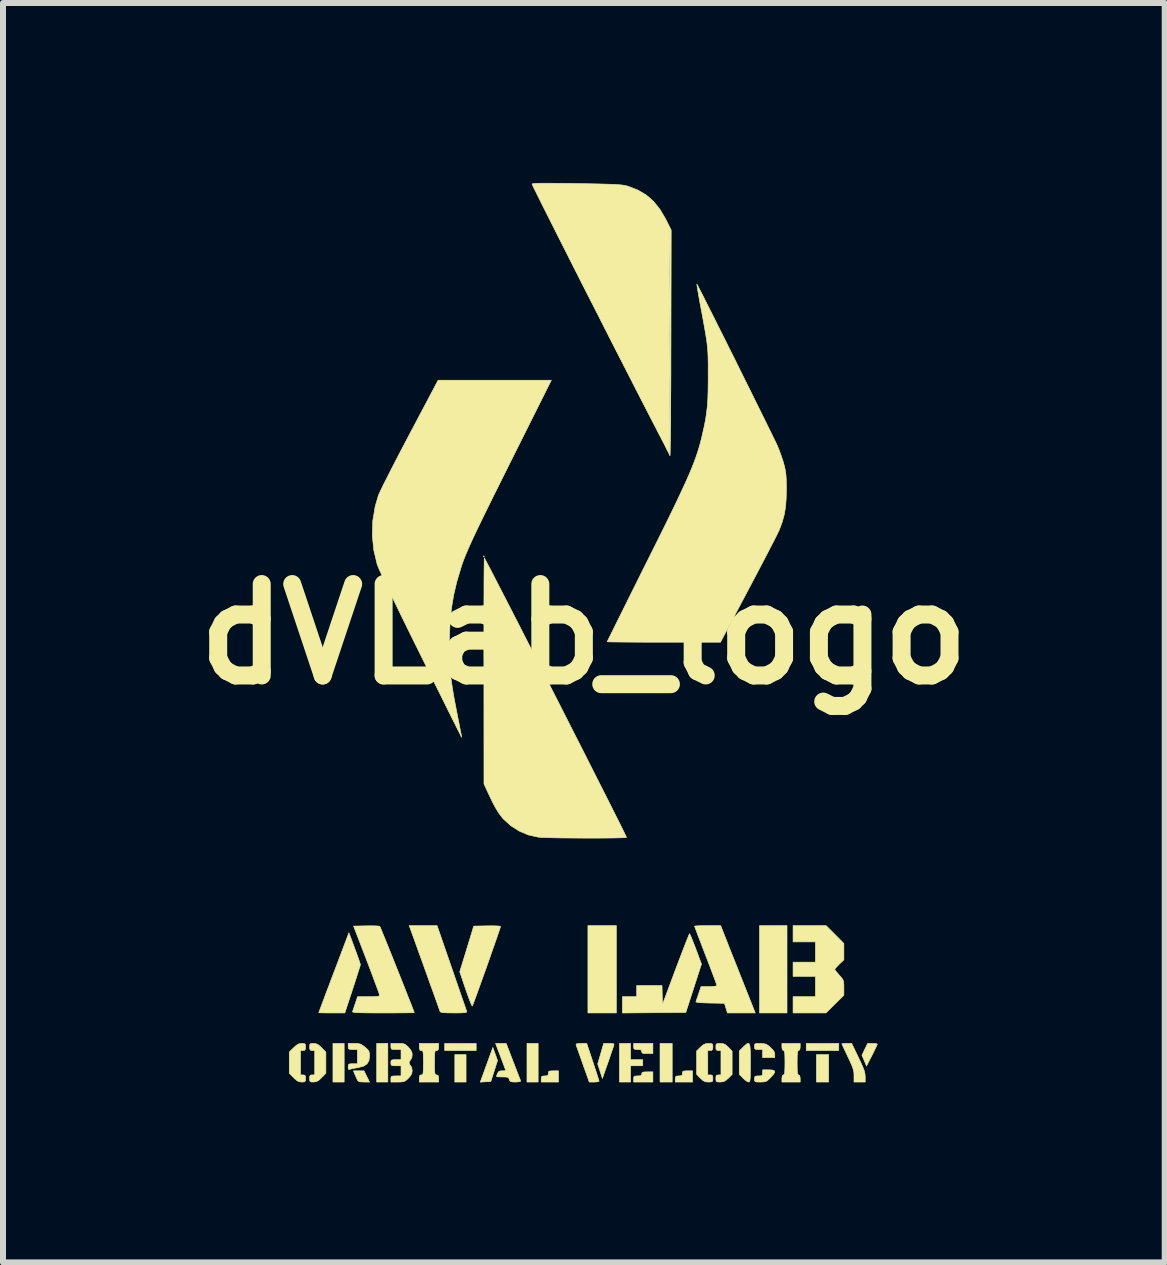
<source format=kicad_pcb>
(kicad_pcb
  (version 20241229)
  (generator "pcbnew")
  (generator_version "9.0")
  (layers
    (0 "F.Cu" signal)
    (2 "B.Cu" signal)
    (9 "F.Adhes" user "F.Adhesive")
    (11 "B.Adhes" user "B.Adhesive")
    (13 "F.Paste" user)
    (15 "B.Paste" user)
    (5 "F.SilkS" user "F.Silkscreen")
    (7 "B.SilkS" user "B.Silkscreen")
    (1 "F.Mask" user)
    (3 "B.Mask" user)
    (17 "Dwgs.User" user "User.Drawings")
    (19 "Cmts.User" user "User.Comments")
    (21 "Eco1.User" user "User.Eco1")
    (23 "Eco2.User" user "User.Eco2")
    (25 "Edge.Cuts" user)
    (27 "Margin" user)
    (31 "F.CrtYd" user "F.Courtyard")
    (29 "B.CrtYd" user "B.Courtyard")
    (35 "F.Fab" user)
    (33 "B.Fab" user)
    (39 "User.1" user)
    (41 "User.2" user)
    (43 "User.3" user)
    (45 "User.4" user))
  (footprint "dVLab_logo"
    (layer "F.Cu")
    (at 6.684 7.522)
    (property "Reference" "dVLab_logo" (at 0 0 0) (layer "F.SilkS") (effects (font (size 1.524 1.524) (thickness 0.3))))
    (attr through_hole)
    (fp_poly (pts (xy -3.996 7.468) (xy -4.183 7.468) (xy -4.183 6.824) (xy -3.996 6.824) (xy -3.996 7.468)) (stroke (width 0.01) (type solid)) (fill yes) (layer "F.SilkS"))
    (fp_poly (pts (xy -3.268 7.468) (xy -3.454 7.468) (xy -3.454 6.824) (xy -3.268 6.824) (xy -3.268 7.468)) (stroke (width 0.01) (type solid)) (fill yes) (layer "F.SilkS"))
    (fp_poly (pts (xy -1.964 7.468) (xy -2.151 7.468) (xy -2.151 7.01) (xy -1.964 7.01) (xy -1.964 7.468)) (stroke (width 0.01) (type solid)) (fill yes) (layer "F.SilkS"))
    (fp_poly (pts (xy -1.795 6.943) (xy -2.32 6.943) (xy -2.32 6.824) (xy -1.795 6.824) (xy -1.795 6.943)) (stroke (width 0.01) (type solid)) (fill yes) (layer "F.SilkS"))
    (fp_poly (pts (xy -1.659 -1.295) (xy -1.668 -1.287) (xy -1.676 -1.295) (xy -1.668 -1.304) (xy -1.659 -1.295)) (stroke (width 0.01) (type solid)) (fill yes) (layer "F.SilkS"))
    (fp_poly (pts (xy -0.762 7.468) (xy -0.948 7.468) (xy -0.948 6.824) (xy -0.762 6.824) (xy -0.762 7.468)) (stroke (width 0.01) (type solid)) (fill yes) (layer "F.SilkS"))
    (fp_poly (pts (xy 0.542 6.316) (xy 0.068 6.316) (xy 0.068 4.86) (xy 0.542 4.86) (xy 0.542 6.316)) (stroke (width 0.01) (type solid)) (fill yes) (layer "F.SilkS"))
    (fp_poly (pts (xy 1.473 7.468) (xy 1.27 7.468) (xy 1.27 6.824) (xy 1.473 6.824) (xy 1.473 7.468)) (stroke (width 0.01) (type solid)) (fill yes) (layer "F.SilkS"))
    (fp_poly (pts (xy 3.387 6.316) (xy 2.929 6.316) (xy 2.929 4.86) (xy 3.387 4.86) (xy 3.387 6.316)) (stroke (width 0.01) (type solid)) (fill yes) (layer "F.SilkS"))
    (fp_poly (pts (xy 4.081 7.468) (xy 3.878 7.468) (xy 3.878 7.01) (xy 4.081 7.01) (xy 4.081 7.468)) (stroke (width 0.01) (type solid)) (fill yes) (layer "F.SilkS"))
    (fp_poly (pts (xy 4.25 6.943) (xy 3.708 6.943) (xy 3.708 6.824) (xy 4.25 6.824) (xy 4.25 6.943)) (stroke (width 0.01) (type solid)) (fill yes) (layer "F.SilkS"))
    (fp_poly (pts (xy 0.779 7.095) (xy 0.982 7.095) (xy 0.982 7.197) (xy 0.779 7.197) (xy 0.779 7.468) (xy 0.593 7.468) (xy 0.593 6.824) (xy 0.779 6.824) (xy 0.779 7.095)) (stroke (width 0.01) (type solid)) (fill yes) (layer "F.SilkS"))
    (fp_poly (pts (xy -3.573 7.468) (xy -3.666 7.468) (xy -3.725 7.465) (xy -3.759 7.454) (xy -3.774 7.438) (xy -3.79 7.403) (xy -3.811 7.355) (xy -3.816 7.345) (xy -3.842 7.281) (xy -3.665 7.281) (xy -3.573 7.468)) (stroke (width 0.01) (type solid)) (fill yes) (layer "F.SilkS"))
    (fp_poly (pts (xy -1.439 7.11) (xy -1.495 7.285) (xy -1.551 7.459) (xy -1.639 7.464) (xy -1.727 7.469) (xy -1.666 7.303) (xy -1.635 7.216) (xy -1.601 7.124) (xy -1.572 7.042) (xy -1.562 7.014) (xy -1.517 6.891) (xy -1.439 7.11)) (stroke (width 0.01) (type solid)) (fill yes) (layer "F.SilkS"))
    (fp_poly (pts (xy 4.859 6.826) (xy 4.888 6.833) (xy 4.893 6.837) (xy 4.885 6.856) (xy 4.865 6.899) (xy 4.836 6.959) (xy 4.803 7.025) (xy 4.713 7.201) (xy 4.675 7.111) (xy 4.636 7.022) (xy 4.683 6.923) (xy 4.731 6.824) (xy 4.812 6.824) (xy 4.859 6.826)) (stroke (width 0.01) (type solid)) (fill yes) (layer "F.SilkS"))
    (fp_poly (pts (xy -0.423 7.468) (xy -0.711 7.468) (xy -0.711 7.417) (xy -0.708 7.383) (xy -0.691 7.369) (xy -0.652 7.366) (xy -0.612 7.363) (xy -0.595 7.349) (xy -0.593 7.324) (xy -0.59 7.299) (xy -0.576 7.286) (xy -0.542 7.282) (xy -0.508 7.281) (xy -0.423 7.281) (xy -0.423 7.468)) (stroke (width 0.01) (type solid)) (fill yes) (layer "F.SilkS"))
    (fp_poly (pts (xy 1.812 7.468) (xy 1.524 7.468) (xy 1.524 7.417) (xy 1.527 7.383) (xy 1.544 7.369) (xy 1.583 7.366) (xy 1.623 7.363) (xy 1.64 7.349) (xy 1.643 7.324) (xy 1.645 7.299) (xy 1.659 7.286) (xy 1.693 7.282) (xy 1.727 7.281) (xy 1.812 7.281) (xy 1.812 7.468)) (stroke (width 0.01) (type solid)) (fill yes) (layer "F.SilkS"))
    (fp_poly (pts (xy 0.472 6.825) (xy 0.497 6.83) (xy 0.503 6.843) (xy 0.498 6.862) (xy 0.489 6.891) (xy 0.47 6.945) (xy 0.445 7.018) (xy 0.416 7.104) (xy 0.398 7.154) (xy 0.309 7.408) (xy 0.27 7.287) (xy 0.231 7.166) (xy 0.281 6.995) (xy 0.33 6.824) (xy 0.42 6.824) (xy 0.472 6.825)) (stroke (width 0.01) (type solid)) (fill yes) (layer "F.SilkS"))
    (fp_poly (pts (xy 1.151 6.993) (xy 1.058 6.993) (xy 1.005 6.992) (xy 0.976 6.986) (xy 0.966 6.971) (xy 0.965 6.96) (xy 0.96 6.937) (xy 0.937 6.928) (xy 0.897 6.926) (xy 0.854 6.924) (xy 0.835 6.913) (xy 0.83 6.886) (xy 0.83 6.875) (xy 0.83 6.824) (xy 1.151 6.824) (xy 1.151 6.993)) (stroke (width 0.01) (type solid)) (fill yes) (layer "F.SilkS"))
    (fp_poly (pts (xy 1.151 7.468) (xy 0.83 7.468) (xy 0.83 7.417) (xy 0.832 7.384) (xy 0.847 7.37) (xy 0.883 7.366) (xy 0.897 7.366) (xy 0.942 7.363) (xy 0.961 7.352) (xy 0.965 7.332) (xy 0.969 7.313) (xy 0.987 7.302) (xy 1.026 7.299) (xy 1.058 7.298) (xy 1.151 7.298) (xy 1.151 7.468)) (stroke (width 0.01) (type solid)) (fill yes) (layer "F.SilkS"))
    (fp_poly (pts (xy 2.942 6.825) (xy 3.001 6.828) (xy 3.043 6.839) (xy 3.082 6.865) (xy 3.111 6.891) (xy 3.157 6.937) (xy 3.179 6.976) (xy 3.183 7.008) (xy 3.183 7.061) (xy 2.98 7.061) (xy 2.98 6.926) (xy 2.913 6.926) (xy 2.869 6.924) (xy 2.85 6.913) (xy 2.845 6.886) (xy 2.845 6.875) (xy 2.846 6.846) (xy 2.856 6.831) (xy 2.882 6.825) (xy 2.933 6.825) (xy 2.942 6.825)) (stroke (width 0.01) (type solid)) (fill yes) (layer "F.SilkS"))
    (fp_poly (pts (xy 2.761 6.836) (xy 2.77 6.874) (xy 2.775 6.937) (xy 2.777 7.028) (xy 2.777 7.146) (xy 2.777 7.258) (xy 2.776 7.341) (xy 2.774 7.398) (xy 2.77 7.435) (xy 2.765 7.456) (xy 2.757 7.466) (xy 2.747 7.468) (xy 2.718 7.456) (xy 2.678 7.427) (xy 2.654 7.403) (xy 2.591 7.339) (xy 2.591 6.95) (xy 2.655 6.887) (xy 2.694 6.85) (xy 2.724 6.827) (xy 2.746 6.822) (xy 2.761 6.836)) (stroke (width 0.01) (type solid)) (fill yes) (layer "F.SilkS"))
    (fp_poly (pts (xy 0.151 7.133) (xy 0.183 7.23) (xy 0.211 7.315) (xy 0.233 7.385) (xy 0.248 7.433) (xy 0.254 7.455) (xy 0.254 7.455) (xy 0.239 7.462) (xy 0.2 7.467) (xy 0.172 7.468) (xy 0.09 7.468) (xy -0.017 7.167) (xy -0.051 7.071) (xy -0.081 6.986) (xy -0.106 6.916) (xy -0.123 6.867) (xy -0.131 6.845) (xy -0.131 6.845) (xy -0.125 6.832) (xy -0.093 6.826) (xy -0.046 6.824) (xy 0.048 6.824) (xy 0.151 7.133)) (stroke (width 0.01) (type solid)) (fill yes) (layer "F.SilkS"))
    (fp_poly (pts (xy 3.145 7.268) (xy 3.178 7.281) (xy 3.182 7.306) (xy 3.157 7.346) (xy 3.112 7.395) (xy 3.07 7.436) (xy 3.036 7.458) (xy 2.997 7.466) (xy 2.943 7.468) (xy 2.888 7.467) (xy 2.859 7.462) (xy 2.847 7.448) (xy 2.845 7.422) (xy 2.845 7.417) (xy 2.847 7.384) (xy 2.862 7.37) (xy 2.898 7.366) (xy 2.913 7.366) (xy 2.956 7.364) (xy 2.975 7.353) (xy 2.98 7.326) (xy 2.98 7.315) (xy 2.98 7.264) (xy 3.082 7.264) (xy 3.145 7.268)) (stroke (width 0.01) (type solid)) (fill yes) (layer "F.SilkS"))
    (fp_poly (pts (xy 1.771 5.01) (xy 1.79 5.052) (xy 1.815 5.114) (xy 1.846 5.193) (xy 1.867 5.248) (xy 1.961 5.501) (xy 1.831 5.904) (xy 1.7 6.308) (xy 1.172 6.312) (xy 0.643 6.317) (xy 0.643 6.045) (xy 0.881 6.045) (xy 0.881 5.859) (xy 1.303 5.859) (xy 1.307 6.015) (xy 1.312 6.171) (xy 1.532 5.583) (xy 1.582 5.45) (xy 1.629 5.328) (xy 1.671 5.219) (xy 1.706 5.128) (xy 1.734 5.058) (xy 1.753 5.013) (xy 1.762 4.995) (xy 1.762 4.995) (xy 1.771 5.01)) (stroke (width 0.01) (type solid)) (fill yes) (layer "F.SilkS"))
    (fp_poly (pts (xy 4.578 7.058) (xy 4.623 7.153) (xy 4.654 7.225) (xy 4.675 7.28) (xy 4.686 7.324) (xy 4.69 7.364) (xy 4.691 7.379) (xy 4.691 7.468) (xy 4.504 7.468) (xy 4.504 7.364) (xy 4.503 7.319) (xy 4.496 7.276) (xy 4.483 7.23) (xy 4.46 7.172) (xy 4.425 7.096) (xy 4.403 7.049) (xy 4.366 6.971) (xy 4.335 6.906) (xy 4.313 6.858) (xy 4.302 6.832) (xy 4.301 6.83) (xy 4.316 6.827) (xy 4.355 6.824) (xy 4.383 6.824) (xy 4.465 6.824) (xy 4.578 7.058)) (stroke (width 0.01) (type solid)) (fill yes) (layer "F.SilkS"))
    (fp_poly (pts (xy -4.661 6.826) (xy -4.644 6.839) (xy -4.64 6.873) (xy -4.64 6.883) (xy -4.643 6.923) (xy -4.657 6.94) (xy -4.682 6.943) (xy -4.724 6.943) (xy -4.724 7.349) (xy -4.682 7.349) (xy -4.653 7.353) (xy -4.642 7.373) (xy -4.64 7.408) (xy -4.642 7.447) (xy -4.655 7.464) (xy -4.69 7.468) (xy -4.704 7.468) (xy -4.746 7.463) (xy -4.783 7.445) (xy -4.826 7.408) (xy -4.839 7.395) (xy -4.911 7.322) (xy -4.911 6.967) (xy -4.838 6.895) (xy -4.79 6.853) (xy -4.751 6.831) (xy -4.709 6.824) (xy -4.703 6.824) (xy -4.661 6.826)) (stroke (width 0.01) (type solid)) (fill yes) (layer "F.SilkS"))
    (fp_poly (pts (xy -4.465 6.829) (xy -4.428 6.846) (xy -4.386 6.883) (xy -4.372 6.897) (xy -4.301 6.969) (xy -4.301 7.322) (xy -4.372 7.395) (xy -4.418 7.438) (xy -4.456 7.46) (xy -4.496 7.467) (xy -4.508 7.468) (xy -4.55 7.466) (xy -4.568 7.453) (xy -4.572 7.421) (xy -4.572 7.408) (xy -4.569 7.368) (xy -4.555 7.352) (xy -4.53 7.349) (xy -4.487 7.349) (xy -4.487 6.943) (xy -4.53 6.943) (xy -4.558 6.938) (xy -4.57 6.918) (xy -4.572 6.883) (xy -4.57 6.845) (xy -4.556 6.828) (xy -4.522 6.824) (xy -4.508 6.824) (xy -4.465 6.829)) (stroke (width 0.01) (type solid)) (fill yes) (layer "F.SilkS"))
    (fp_poly (pts (xy -3.821 5.236) (xy -3.789 5.324) (xy -3.761 5.401) (xy -3.74 5.462) (xy -3.728 5.5) (xy -3.725 5.51) (xy -3.73 5.53) (xy -3.745 5.577) (xy -3.767 5.647) (xy -3.795 5.736) (xy -3.828 5.838) (xy -3.855 5.921) (xy -3.985 6.316) (xy -4.202 6.316) (xy -4.284 6.316) (xy -4.351 6.315) (xy -4.398 6.314) (xy -4.419 6.312) (xy -4.42 6.312) (xy -4.414 6.296) (xy -4.397 6.251) (xy -4.371 6.181) (xy -4.337 6.09) (xy -4.296 5.98) (xy -4.248 5.855) (xy -4.197 5.718) (xy -4.168 5.643) (xy -3.917 4.978) (xy -3.821 5.236)) (stroke (width 0.01) (type solid)) (fill yes) (layer "F.SilkS"))
    (fp_poly (pts (xy 2.124 6.826) (xy 2.145 6.836) (xy 2.15 6.862) (xy 2.151 6.883) (xy 2.147 6.923) (xy 2.133 6.94) (xy 2.108 6.943) (xy 2.066 6.943) (xy 2.066 7.349) (xy 2.108 7.349) (xy 2.137 7.353) (xy 2.149 7.373) (xy 2.151 7.408) (xy 2.149 7.445) (xy 2.137 7.462) (xy 2.106 7.467) (xy 2.078 7.468) (xy 2.029 7.464) (xy 1.991 7.447) (xy 1.95 7.411) (xy 1.942 7.403) (xy 1.88 7.339) (xy 1.88 6.95) (xy 1.944 6.887) (xy 1.989 6.848) (xy 2.029 6.829) (xy 2.077 6.824) (xy 2.079 6.824) (xy 2.124 6.826)) (stroke (width 0.01) (type solid)) (fill yes) (layer "F.SilkS"))
    (fp_poly (pts (xy 2.323 6.828) (xy 2.361 6.845) (xy 2.402 6.881) (xy 2.41 6.888) (xy 2.472 6.953) (xy 2.472 7.342) (xy 2.408 7.405) (xy 2.363 7.444) (xy 2.323 7.463) (xy 2.274 7.468) (xy 2.273 7.468) (xy 2.228 7.466) (xy 2.207 7.456) (xy 2.202 7.43) (xy 2.201 7.408) (xy 2.204 7.368) (xy 2.219 7.352) (xy 2.244 7.349) (xy 2.286 7.349) (xy 2.286 6.943) (xy 2.244 6.943) (xy 2.215 6.938) (xy 2.203 6.918) (xy 2.201 6.883) (xy 2.203 6.846) (xy 2.215 6.829) (xy 2.246 6.824) (xy 2.274 6.824) (xy 2.323 6.828)) (stroke (width 0.01) (type solid)) (fill yes) (layer "F.SilkS"))
    (fp_poly (pts (xy 4.187 5.008) (xy 4.335 5.157) (xy 4.335 5.429) (xy 4.259 5.503) (xy 4.219 5.544) (xy 4.192 5.575) (xy 4.183 5.59) (xy 4.193 5.607) (xy 4.221 5.642) (xy 4.259 5.686) (xy 4.298 5.731) (xy 4.321 5.765) (xy 4.331 5.8) (xy 4.335 5.849) (xy 4.335 5.896) (xy 4.335 6.021) (xy 4.186 6.168) (xy 4.038 6.316) (xy 3.488 6.316) (xy 3.488 6.045) (xy 3.861 6.045) (xy 3.861 5.707) (xy 3.488 5.707) (xy 3.488 5.469) (xy 3.861 5.469) (xy 3.861 5.131) (xy 3.488 5.131) (xy 3.488 4.86) (xy 4.039 4.86) (xy 4.187 5.008)) (stroke (width 0.01) (type solid)) (fill yes) (layer "F.SilkS"))
    (fp_poly (pts (xy -1.454 4.865) (xy -1.407 4.868) (xy -1.389 4.874) (xy -1.389 4.875) (xy -1.394 4.894) (xy -1.41 4.941) (xy -1.434 5.012) (xy -1.465 5.102) (xy -1.502 5.208) (xy -1.543 5.324) (xy -1.586 5.448) (xy -1.631 5.575) (xy -1.676 5.7) (xy -1.719 5.82) (xy -1.759 5.931) (xy -1.794 6.028) (xy -1.823 6.107) (xy -1.845 6.165) (xy -1.858 6.196) (xy -1.86 6.201) (xy -1.869 6.19) (xy -1.886 6.151) (xy -1.91 6.089) (xy -1.939 6.01) (xy -1.97 5.922) (xy -2.069 5.63) (xy -1.952 5.249) (xy -1.836 4.868) (xy -1.612 4.864) (xy -1.524 4.863) (xy -1.454 4.865)) (stroke (width 0.01) (type solid)) (fill yes) (layer "F.SilkS"))
    (fp_poly (pts (xy -3.765 6.826) (xy -3.722 6.836) (xy -3.683 6.859) (xy -3.648 6.887) (xy -3.605 6.925) (xy -3.583 6.956) (xy -3.574 6.991) (xy -3.573 7.036) (xy -3.583 7.112) (xy -3.616 7.167) (xy -3.675 7.204) (xy -3.762 7.227) (xy -3.768 7.228) (xy -3.828 7.238) (xy -3.877 7.249) (xy -3.899 7.255) (xy -3.92 7.259) (xy -3.928 7.239) (xy -3.929 7.215) (xy -3.926 7.183) (xy -3.914 7.168) (xy -3.882 7.163) (xy -3.852 7.163) (xy -3.776 7.163) (xy -3.776 6.926) (xy -3.852 6.926) (xy -3.899 6.924) (xy -3.921 6.916) (xy -3.928 6.894) (xy -3.929 6.875) (xy -3.929 6.824) (xy -3.826 6.824) (xy -3.765 6.826)) (stroke (width 0.01) (type solid)) (fill yes) (layer "F.SilkS"))
    (fp_poly (pts (xy -2.679 4.86) (xy -2.447 4.86) (xy -2.203 5.567) (xy -2.152 5.715) (xy -2.104 5.853) (xy -2.061 5.979) (xy -2.023 6.088) (xy -1.992 6.177) (xy -1.969 6.244) (xy -1.955 6.284) (xy -1.951 6.295) (xy -1.956 6.304) (xy -1.98 6.31) (xy -2.028 6.314) (xy -2.103 6.316) (xy -2.166 6.316) (xy -2.265 6.315) (xy -2.334 6.312) (xy -2.376 6.306) (xy -2.394 6.297) (xy -2.396 6.295) (xy -2.403 6.274) (xy -2.421 6.226) (xy -2.446 6.154) (xy -2.479 6.063) (xy -2.517 5.956) (xy -2.56 5.839) (xy -2.604 5.714) (xy -2.65 5.586) (xy -2.695 5.46) (xy -2.739 5.34) (xy -2.779 5.228) (xy -2.814 5.131) (xy -2.842 5.052) (xy -2.846 5.042) (xy -2.912 4.86) (xy -2.679 4.86)) (stroke (width 0.01) (type solid)) (fill yes) (layer "F.SilkS"))
    (fp_poly (pts (xy -1.295 6.824) (xy -1.177 7.131) (xy -1.14 7.226) (xy -1.107 7.311) (xy -1.08 7.381) (xy -1.061 7.429) (xy -1.053 7.452) (xy -1.053 7.452) (xy -1.065 7.461) (xy -1.102 7.466) (xy -1.14 7.468) (xy -1.194 7.466) (xy -1.223 7.459) (xy -1.237 7.443) (xy -1.243 7.425) (xy -1.252 7.402) (xy -1.269 7.389) (xy -1.303 7.384) (xy -1.355 7.383) (xy -1.408 7.382) (xy -1.445 7.379) (xy -1.456 7.376) (xy -1.451 7.356) (xy -1.44 7.325) (xy -1.421 7.294) (xy -1.389 7.282) (xy -1.364 7.281) (xy -1.324 7.28) (xy -1.304 7.276) (xy -1.304 7.275) (xy -1.309 7.257) (xy -1.324 7.216) (xy -1.345 7.16) (xy -1.348 7.152) (xy -1.377 7.074) (xy -1.409 6.989) (xy -1.432 6.93) (xy -1.472 6.824) (xy -1.295 6.824)) (stroke (width 0.01) (type solid)) (fill yes) (layer "F.SilkS"))
    (fp_poly (pts (xy 3.607 6.883) (xy 3.601 6.927) (xy 3.584 6.943) (xy 3.581 6.943) (xy 3.57 6.948) (xy 3.563 6.966) (xy 3.559 7.004) (xy 3.557 7.066) (xy 3.556 7.146) (xy 3.557 7.233) (xy 3.559 7.292) (xy 3.564 7.328) (xy 3.571 7.345) (xy 3.581 7.349) (xy 3.6 7.362) (xy 3.607 7.403) (xy 3.607 7.408) (xy 3.607 7.468) (xy 3.302 7.468) (xy 3.302 7.408) (xy 3.308 7.364) (xy 3.325 7.349) (xy 3.327 7.349) (xy 3.338 7.344) (xy 3.346 7.325) (xy 3.35 7.288) (xy 3.352 7.226) (xy 3.353 7.146) (xy 3.352 7.058) (xy 3.35 6.999) (xy 3.345 6.964) (xy 3.337 6.947) (xy 3.327 6.943) (xy 3.309 6.93) (xy 3.302 6.889) (xy 3.302 6.883) (xy 3.302 6.824) (xy 3.607 6.824) (xy 3.607 6.883)) (stroke (width 0.01) (type solid)) (fill yes) (layer "F.SilkS"))
    (fp_poly (pts (xy -2.421 6.883) (xy -2.425 6.924) (xy -2.44 6.941) (xy -2.455 6.943) (xy -2.47 6.945) (xy -2.479 6.954) (xy -2.485 6.977) (xy -2.488 7.019) (xy -2.489 7.086) (xy -2.489 7.146) (xy -2.489 7.232) (xy -2.487 7.289) (xy -2.483 7.324) (xy -2.476 7.342) (xy -2.465 7.348) (xy -2.455 7.349) (xy -2.432 7.356) (xy -2.423 7.382) (xy -2.421 7.408) (xy -2.421 7.468) (xy -2.743 7.468) (xy -2.743 7.408) (xy -2.739 7.367) (xy -2.725 7.351) (xy -2.709 7.349) (xy -2.695 7.347) (xy -2.685 7.337) (xy -2.68 7.314) (xy -2.677 7.272) (xy -2.676 7.206) (xy -2.675 7.146) (xy -2.676 7.06) (xy -2.677 7.003) (xy -2.681 6.968) (xy -2.688 6.95) (xy -2.699 6.943) (xy -2.709 6.943) (xy -2.733 6.936) (xy -2.742 6.91) (xy -2.743 6.883) (xy -2.743 6.824) (xy -2.421 6.824) (xy -2.421 6.883)) (stroke (width 0.01) (type solid)) (fill yes) (layer "F.SilkS"))
    (fp_poly (pts (xy 2.333 4.991) (xy 2.351 5.037) (xy 2.38 5.11) (xy 2.417 5.206) (xy 2.462 5.319) (xy 2.513 5.446) (xy 2.567 5.582) (xy 2.621 5.719) (xy 2.858 6.316) (xy 2.394 6.316) (xy 2.369 6.236) (xy 2.344 6.155) (xy 2.102 6.151) (xy 2.002 6.148) (xy 1.932 6.144) (xy 1.89 6.139) (xy 1.87 6.132) (xy 1.869 6.125) (xy 1.878 6.1) (xy 1.895 6.052) (xy 1.915 5.992) (xy 1.916 5.99) (xy 1.954 5.876) (xy 2.086 5.876) (xy 2.149 5.874) (xy 2.195 5.869) (xy 2.217 5.861) (xy 2.218 5.86) (xy 2.212 5.84) (xy 2.196 5.793) (xy 2.17 5.723) (xy 2.136 5.633) (xy 2.096 5.527) (xy 2.051 5.41) (xy 2.032 5.361) (xy 1.986 5.241) (xy 1.944 5.131) (xy 1.907 5.035) (xy 1.878 4.957) (xy 1.857 4.902) (xy 1.847 4.873) (xy 1.846 4.869) (xy 1.862 4.866) (xy 1.905 4.863) (xy 1.97 4.861) (xy 2.049 4.86) (xy 2.063 4.86) (xy 2.281 4.86) (xy 2.333 4.991)) (stroke (width 0.01) (type solid)) (fill yes) (layer "F.SilkS"))
    (fp_poly (pts (xy -3.04 6.825) (xy -2.999 6.831) (xy -2.969 6.847) (xy -2.936 6.876) (xy -2.924 6.888) (xy -2.884 6.937) (xy -2.865 6.98) (xy -2.862 7.013) (xy -2.868 7.06) (xy -2.885 7.093) (xy -2.887 7.095) (xy -2.909 7.127) (xy -2.913 7.146) (xy -2.9 7.181) (xy -2.887 7.197) (xy -2.87 7.227) (xy -2.862 7.274) (xy -2.862 7.28) (xy -2.868 7.325) (xy -2.89 7.365) (xy -2.926 7.405) (xy -2.963 7.439) (xy -2.994 7.457) (xy -3.032 7.466) (xy -3.089 7.468) (xy -3.104 7.468) (xy -3.217 7.468) (xy -3.217 7.417) (xy -3.215 7.387) (xy -3.204 7.372) (xy -3.174 7.367) (xy -3.133 7.366) (xy -3.048 7.366) (xy -3.048 7.197) (xy -3.133 7.197) (xy -3.183 7.196) (xy -3.208 7.189) (xy -3.216 7.171) (xy -3.217 7.146) (xy -3.215 7.116) (xy -3.204 7.101) (xy -3.174 7.096) (xy -3.133 7.095) (xy -3.048 7.095) (xy -3.048 6.926) (xy -3.133 6.926) (xy -3.183 6.925) (xy -3.208 6.918) (xy -3.216 6.9) (xy -3.217 6.875) (xy -3.217 6.824) (xy -3.102 6.824) (xy -3.04 6.825)) (stroke (width 0.01) (type solid)) (fill yes) (layer "F.SilkS"))
    (fp_poly (pts (xy -3.476 4.864) (xy -3.426 4.867) (xy -3.403 4.872) (xy -3.402 4.872) (xy -3.394 4.889) (xy -3.375 4.934) (xy -3.347 5.003) (xy -3.311 5.091) (xy -3.268 5.196) (xy -3.221 5.313) (xy -3.171 5.438) (xy -3.119 5.568) (xy -3.067 5.699) (xy -3.016 5.826) (xy -2.969 5.946) (xy -2.926 6.056) (xy -2.888 6.15) (xy -2.859 6.226) (xy -2.838 6.28) (xy -2.829 6.308) (xy -2.828 6.31) (xy -2.844 6.312) (xy -2.89 6.313) (xy -2.962 6.314) (xy -3.055 6.315) (xy -3.166 6.316) (xy -3.29 6.316) (xy -3.346 6.316) (xy -3.498 6.316) (xy -3.618 6.315) (xy -3.711 6.313) (xy -3.778 6.311) (xy -3.823 6.307) (xy -3.848 6.303) (xy -3.857 6.297) (xy -3.857 6.295) (xy -3.848 6.269) (xy -3.832 6.221) (xy -3.812 6.162) (xy -3.811 6.159) (xy -3.773 6.045) (xy -3.588 6.045) (xy -3.501 6.044) (xy -3.444 6.04) (xy -3.413 6.034) (xy -3.404 6.024) (xy -3.41 6.004) (xy -3.426 5.956) (xy -3.453 5.883) (xy -3.487 5.791) (xy -3.528 5.681) (xy -3.574 5.559) (xy -3.621 5.436) (xy -3.839 4.868) (xy -3.627 4.864) (xy -3.545 4.863) (xy -3.476 4.864)) (stroke (width 0.01) (type solid)) (fill yes) (layer "F.SilkS"))
    (fp_poly (pts (xy -1.651 -1.255) (xy -1.627 -1.212) (xy -1.591 -1.143) (xy -1.542 -1.049) (xy -1.482 -0.933) (xy -1.412 -0.797) (xy -1.333 -0.643) (xy -1.245 -0.472) (xy -1.15 -0.287) (xy -1.049 -0.09) (xy -0.943 0.118) (xy -0.833 0.334) (xy -0.719 0.556) (xy -0.604 0.783) (xy -0.487 1.012) (xy -0.37 1.242) (xy -0.254 1.47) (xy -0.14 1.695) (xy -0.029 1.913) (xy 0.078 2.125) (xy 0.18 2.327) (xy 0.276 2.517) (xy 0.366 2.694) (xy 0.447 2.855) (xy 0.519 2.999) (xy 0.582 3.123) (xy 0.633 3.226) (xy 0.672 3.306) (xy 0.698 3.36) (xy 0.71 3.386) (xy 0.711 3.389) (xy 0.695 3.392) (xy 0.649 3.395) (xy 0.578 3.397) (xy 0.485 3.399) (xy 0.375 3.4) (xy 0.252 3.401) (xy 0.12 3.401) (xy -0.016 3.401) (xy -0.153 3.4) (xy -0.287 3.399) (xy -0.412 3.398) (xy -0.525 3.395) (xy -0.623 3.393) (xy -0.699 3.39) (xy -0.752 3.386) (xy -0.762 3.385) (xy -0.923 3.349) (xy -1.079 3.283) (xy -1.221 3.192) (xy -1.343 3.081) (xy -1.365 3.055) (xy -1.412 2.993) (xy -1.459 2.919) (xy -1.51 2.827) (xy -1.566 2.711) (xy -1.603 2.633) (xy -1.665 2.498) (xy -1.666 0.614) (xy -1.667 0.364) (xy -1.667 0.124) (xy -1.666 -0.104) (xy -1.666 -0.318) (xy -1.666 -0.515) (xy -1.665 -0.695) (xy -1.665 -0.854) (xy -1.664 -0.991) (xy -1.663 -1.103) (xy -1.662 -1.188) (xy -1.661 -1.244) (xy -1.66 -1.269) (xy -1.66 -1.27) (xy -1.651 -1.255)) (stroke (width 0.01) (type solid)) (fill yes) (layer "F.SilkS"))
    (fp_poly (pts (xy -1.17 -2.977) (xy -1.299 -2.718) (xy -1.414 -2.487) (xy -1.516 -2.283) (xy -1.605 -2.102) (xy -1.683 -1.943) (xy -1.751 -1.803) (xy -1.809 -1.682) (xy -1.859 -1.575) (xy -1.901 -1.482) (xy -1.937 -1.4) (xy -1.968 -1.327) (xy -1.994 -1.262) (xy -2.017 -1.201) (xy -2.037 -1.143) (xy -2.053 -1.092) (xy -2.12 -0.867) (xy -2.17 -0.652) (xy -2.206 -0.438) (xy -2.229 -0.215) (xy -2.24 0.025) (xy -2.242 0.178) (xy -2.241 0.311) (xy -2.239 0.43) (xy -2.233 0.54) (xy -2.225 0.649) (xy -2.212 0.761) (xy -2.194 0.882) (xy -2.172 1.017) (xy -2.143 1.174) (xy -2.107 1.357) (xy -2.101 1.389) (xy -2.081 1.489) (xy -2.064 1.578) (xy -2.05 1.649) (xy -2.041 1.698) (xy -2.038 1.72) (xy -2.038 1.72) (xy -2.046 1.706) (xy -2.067 1.663) (xy -2.102 1.594) (xy -2.148 1.501) (xy -2.206 1.387) (xy -2.273 1.252) (xy -2.348 1.1) (xy -2.431 0.933) (xy -2.521 0.753) (xy -2.616 0.561) (xy -2.716 0.36) (xy -2.721 0.349) (xy -2.839 0.111) (xy -2.949 -0.112) (xy -3.05 -0.318) (xy -3.141 -0.506) (xy -3.222 -0.674) (xy -3.292 -0.82) (xy -3.35 -0.943) (xy -3.395 -1.042) (xy -3.426 -1.113) (xy -3.443 -1.156) (xy -3.445 -1.16) (xy -3.502 -1.4) (xy -3.527 -1.644) (xy -3.519 -1.888) (xy -3.479 -2.128) (xy -3.426 -2.311) (xy -3.41 -2.348) (xy -3.38 -2.411) (xy -3.338 -2.498) (xy -3.283 -2.606) (xy -3.22 -2.731) (xy -3.148 -2.871) (xy -3.069 -3.023) (xy -2.985 -3.183) (xy -2.907 -3.331) (xy -2.43 -4.233) (xy -0.542 -4.233) (xy -1.17 -2.977)) (stroke (width 0.01) (type solid)) (fill yes) (layer "F.SilkS"))
    (fp_poly (pts (xy 1.893 -5.822) (xy 1.914 -5.78) (xy 1.949 -5.713) (xy 1.994 -5.624) (xy 2.049 -5.515) (xy 2.113 -5.388) (xy 2.184 -5.247) (xy 2.26 -5.094) (xy 2.342 -4.932) (xy 2.426 -4.762) (xy 2.513 -4.589) (xy 2.6 -4.413) (xy 2.686 -4.239) (xy 2.771 -4.069) (xy 2.852 -3.904) (xy 2.929 -3.749) (xy 3 -3.605) (xy 3.064 -3.475) (xy 3.12 -3.362) (xy 3.165 -3.269) (xy 3.2 -3.197) (xy 3.221 -3.153) (xy 3.256 -3.069) (xy 3.292 -2.97) (xy 3.324 -2.874) (xy 3.331 -2.848) (xy 3.349 -2.78) (xy 3.361 -2.721) (xy 3.369 -2.661) (xy 3.374 -2.592) (xy 3.376 -2.505) (xy 3.377 -2.413) (xy 3.373 -2.252) (xy 3.362 -2.114) (xy 3.34 -1.989) (xy 3.307 -1.868) (xy 3.26 -1.741) (xy 3.26 -1.741) (xy 3.244 -1.707) (xy 3.214 -1.645) (xy 3.171 -1.56) (xy 3.116 -1.454) (xy 3.053 -1.331) (xy 2.98 -1.193) (xy 2.902 -1.043) (xy 2.818 -0.884) (xy 2.747 -0.749) (xy 2.278 0.135) (xy 1.333 0.135) (xy 1.158 0.135) (xy 0.994 0.135) (xy 0.842 0.134) (xy 0.708 0.133) (xy 0.593 0.132) (xy 0.501 0.131) (xy 0.435 0.13) (xy 0.397 0.128) (xy 0.389 0.127) (xy 0.397 0.111) (xy 0.418 0.067) (xy 0.453 -0.003) (xy 0.499 -0.097) (xy 0.556 -0.212) (xy 0.623 -0.346) (xy 0.698 -0.497) (xy 0.78 -0.663) (xy 0.869 -0.841) (xy 0.963 -1.03) (xy 1.03 -1.164) (xy 1.164 -1.432) (xy 1.283 -1.671) (xy 1.389 -1.885) (xy 1.482 -2.076) (xy 1.563 -2.245) (xy 1.634 -2.396) (xy 1.696 -2.53) (xy 1.749 -2.649) (xy 1.794 -2.756) (xy 1.833 -2.854) (xy 1.866 -2.944) (xy 1.895 -3.029) (xy 1.92 -3.11) (xy 1.943 -3.191) (xy 1.964 -3.273) (xy 1.978 -3.336) (xy 2.007 -3.465) (xy 2.03 -3.581) (xy 2.046 -3.691) (xy 2.059 -3.801) (xy 2.067 -3.92) (xy 2.071 -4.054) (xy 2.073 -4.211) (xy 2.073 -4.301) (xy 2.073 -4.422) (xy 2.073 -4.524) (xy 2.071 -4.612) (xy 2.068 -4.692) (xy 2.062 -4.769) (xy 2.054 -4.847) (xy 2.042 -4.932) (xy 2.026 -5.03) (xy 2.006 -5.145) (xy 1.981 -5.282) (xy 1.95 -5.447) (xy 1.946 -5.467) (xy 1.926 -5.573) (xy 1.91 -5.668) (xy 1.897 -5.746) (xy 1.888 -5.802) (xy 1.884 -5.832) (xy 1.884 -5.836) (xy 1.893 -5.822)) (stroke (width 0.01) (type solid)) (fill yes) (layer "F.SilkS"))
    (fp_poly (pts (xy -0.575 -7.517) (xy -0.449 -7.516) (xy -0.295 -7.515) (xy -0.118 -7.512) (xy 0.063 -7.509) (xy 0.213 -7.506) (xy 0.336 -7.503) (xy 0.435 -7.5) (xy 0.514 -7.497) (xy 0.577 -7.493) (xy 0.626 -7.489) (xy 0.665 -7.483) (xy 0.698 -7.477) (xy 0.728 -7.469) (xy 0.742 -7.465) (xy 0.901 -7.403) (xy 1.039 -7.322) (xy 1.159 -7.218) (xy 1.265 -7.087) (xy 1.361 -6.927) (xy 1.372 -6.905) (xy 1.456 -6.737) (xy 1.452 -4.837) (xy 1.451 -4.588) (xy 1.451 -4.348) (xy 1.45 -4.121) (xy 1.448 -3.908) (xy 1.447 -3.711) (xy 1.446 -3.533) (xy 1.444 -3.376) (xy 1.443 -3.241) (xy 1.441 -3.132) (xy 1.44 -3.049) (xy 1.439 -3.023) (xy 1.431 -3.031) (xy 1.422 -3.023) (xy 1.431 -3.014) (xy 1.439 -3.022) (xy 1.438 -2.995) (xy 1.436 -2.972) (xy 1.436 -2.972) (xy 1.425 -2.997) (xy 1.4 -3.047) (xy 1.395 -3.056) (xy 1.422 -3.056) (xy 1.431 -3.048) (xy 1.439 -3.056) (xy 1.431 -3.065) (xy 1.422 -3.056) (xy 1.395 -3.056) (xy 1.378 -3.09) (xy 1.422 -3.09) (xy 1.431 -3.082) (xy 1.439 -3.09) (xy 1.431 -3.099) (xy 1.422 -3.09) (xy 1.378 -3.09) (xy 1.365 -3.116) (xy 1.361 -3.124) (xy 1.422 -3.124) (xy 1.431 -3.116) (xy 1.439 -3.124) (xy 1.431 -3.133) (xy 1.422 -3.124) (xy 1.361 -3.124) (xy 1.344 -3.158) (xy 1.422 -3.158) (xy 1.431 -3.15) (xy 1.439 -3.158) (xy 1.431 -3.167) (xy 1.422 -3.158) (xy 1.344 -3.158) (xy 1.327 -3.192) (xy 1.422 -3.192) (xy 1.431 -3.183) (xy 1.439 -3.192) (xy 1.431 -3.2) (xy 1.422 -3.192) (xy 1.327 -3.192) (xy 1.322 -3.2) (xy 1.309 -3.226) (xy 1.422 -3.226) (xy 1.431 -3.217) (xy 1.439 -3.226) (xy 1.431 -3.234) (xy 1.422 -3.226) (xy 1.309 -3.226) (xy 1.292 -3.26) (xy 1.422 -3.26) (xy 1.431 -3.251) (xy 1.439 -3.26) (xy 1.431 -3.268) (xy 1.422 -3.26) (xy 1.292 -3.26) (xy 1.274 -3.294) (xy 1.422 -3.294) (xy 1.431 -3.285) (xy 1.439 -3.294) (xy 1.431 -3.302) (xy 1.422 -3.294) (xy 1.274 -3.294) (xy 1.274 -3.294) (xy 1.265 -3.31) (xy 1.256 -3.327) (xy 1.422 -3.327) (xy 1.431 -3.319) (xy 1.439 -3.327) (xy 1.431 -3.336) (xy 1.422 -3.327) (xy 1.256 -3.327) (xy 1.239 -3.361) (xy 1.422 -3.361) (xy 1.431 -3.353) (xy 1.439 -3.361) (xy 1.431 -3.37) (xy 1.422 -3.361) (xy 1.239 -3.361) (xy 1.221 -3.395) (xy 1.422 -3.395) (xy 1.431 -3.387) (xy 1.439 -3.395) (xy 1.431 -3.404) (xy 1.422 -3.395) (xy 1.221 -3.395) (xy 1.204 -3.429) (xy 1.422 -3.429) (xy 1.431 -3.421) (xy 1.439 -3.429) (xy 1.431 -3.437) (xy 1.422 -3.429) (xy 1.204 -3.429) (xy 1.202 -3.433) (xy 1.186 -3.463) (xy 1.422 -3.463) (xy 1.431 -3.454) (xy 1.439 -3.463) (xy 1.431 -3.471) (xy 1.422 -3.463) (xy 1.186 -3.463) (xy 1.169 -3.497) (xy 1.422 -3.497) (xy 1.431 -3.488) (xy 1.439 -3.497) (xy 1.431 -3.505) (xy 1.422 -3.497) (xy 1.169 -3.497) (xy 1.151 -3.531) (xy 1.422 -3.531) (xy 1.431 -3.522) (xy 1.439 -3.531) (xy 1.431 -3.539) (xy 1.422 -3.531) (xy 1.151 -3.531) (xy 1.134 -3.564) (xy 1.422 -3.564) (xy 1.431 -3.556) (xy 1.439 -3.564) (xy 1.431 -3.573) (xy 1.422 -3.564) (xy 1.134 -3.564) (xy 1.128 -3.575) (xy 1.116 -3.598) (xy 1.422 -3.598) (xy 1.431 -3.59) (xy 1.439 -3.598) (xy 1.431 -3.607) (xy 1.422 -3.598) (xy 1.116 -3.598) (xy 1.099 -3.632) (xy 1.422 -3.632) (xy 1.431 -3.624) (xy 1.439 -3.632) (xy 1.431 -3.641) (xy 1.422 -3.632) (xy 1.099 -3.632) (xy 1.081 -3.666) (xy 1.422 -3.666) (xy 1.431 -3.658) (xy 1.439 -3.666) (xy 1.431 -3.675) (xy 1.422 -3.666) (xy 1.081 -3.666) (xy 1.064 -3.7) (xy 1.422 -3.7) (xy 1.431 -3.691) (xy 1.439 -3.7) (xy 1.431 -3.708) (xy 1.422 -3.7) (xy 1.064 -3.7) (xy 1.046 -3.734) (xy 1.422 -3.734) (xy 1.431 -3.725) (xy 1.439 -3.734) (xy 1.431 -3.742) (xy 1.422 -3.734) (xy 1.046 -3.734) (xy 1.046 -3.734) (xy 1.029 -3.768) (xy 1.422 -3.768) (xy 1.431 -3.759) (xy 1.439 -3.768) (xy 1.431 -3.776) (xy 1.422 -3.768) (xy 1.029 -3.768) (xy 1.012 -3.802) (xy 1.422 -3.802) (xy 1.431 -3.793) (xy 1.439 -3.802) (xy 1.431 -3.81) (xy 1.422 -3.802) (xy 1.012 -3.802) (xy 0.994 -3.835) (xy 1.422 -3.835) (xy 1.431 -3.827) (xy 1.439 -3.835) (xy 1.431 -3.844) (xy 1.422 -3.835) (xy 0.994 -3.835) (xy 0.977 -3.869) (xy 1.422 -3.869) (xy 1.431 -3.861) (xy 1.439 -3.869) (xy 1.431 -3.878) (xy 1.422 -3.869) (xy 0.977 -3.869) (xy 0.959 -3.903) (xy 1.422 -3.903) (xy 1.431 -3.895) (xy 1.439 -3.903) (xy 1.431 -3.912) (xy 1.422 -3.903) (xy 0.959 -3.903) (xy 0.957 -3.908) (xy 0.942 -3.937) (xy 1.422 -3.937) (xy 1.431 -3.929) (xy 1.439 -3.937) (xy 1.431 -3.945) (xy 1.422 -3.937) (xy 0.942 -3.937) (xy 0.925 -3.971) (xy 1.422 -3.971) (xy 1.431 -3.962) (xy 1.439 -3.971) (xy 1.431 -3.979) (xy 1.422 -3.971) (xy 0.925 -3.971) (xy 0.907 -4.005) (xy 1.422 -4.005) (xy 1.431 -3.996) (xy 1.439 -4.005) (xy 1.431 -4.013) (xy 1.422 -4.005) (xy 0.907 -4.005) (xy 0.89 -4.039) (xy 1.422 -4.039) (xy 1.431 -4.03) (xy 1.439 -4.039) (xy 1.431 -4.047) (xy 1.422 -4.039) (xy 0.89 -4.039) (xy 0.872 -4.072) (xy 1.422 -4.072) (xy 1.431 -4.064) (xy 1.439 -4.072) (xy 1.431 -4.081) (xy 1.422 -4.072) (xy 0.872 -4.072) (xy 0.86 -4.096) (xy 0.855 -4.106) (xy 1.422 -4.106) (xy 1.431 -4.098) (xy 1.439 -4.106) (xy 1.431 -4.115) (xy 1.422 -4.106) (xy 0.855 -4.106) (xy 0.838 -4.14) (xy 1.422 -4.14) (xy 1.431 -4.132) (xy 1.439 -4.14) (xy 1.431 -4.149) (xy 1.422 -4.14) (xy 0.838 -4.14) (xy 0.82 -4.174) (xy 1.422 -4.174) (xy 1.431 -4.166) (xy 1.439 -4.174) (xy 1.431 -4.183) (xy 1.422 -4.174) (xy 0.82 -4.174) (xy 0.803 -4.208) (xy 1.422 -4.208) (xy 1.431 -4.199) (xy 1.439 -4.208) (xy 1.431 -4.216) (xy 1.422 -4.208) (xy 0.803 -4.208) (xy 0.786 -4.242) (xy 1.422 -4.242) (xy 1.431 -4.233) (xy 1.439 -4.242) (xy 1.431 -4.25) (xy 1.422 -4.242) (xy 0.786 -4.242) (xy 0.768 -4.276) (xy 1.422 -4.276) (xy 1.431 -4.267) (xy 1.439 -4.276) (xy 1.431 -4.284) (xy 1.422 -4.276) (xy 0.768 -4.276) (xy 0.758 -4.295) (xy 0.751 -4.31) (xy 1.422 -4.31) (xy 1.431 -4.301) (xy 1.439 -4.31) (xy 1.431 -4.318) (xy 1.422 -4.31) (xy 0.751 -4.31) (xy 0.734 -4.343) (xy 1.422 -4.343) (xy 1.431 -4.335) (xy 1.439 -4.343) (xy 1.431 -4.352) (xy 1.422 -4.343) (xy 0.734 -4.343) (xy 0.716 -4.377) (xy 1.422 -4.377) (xy 1.431 -4.369) (xy 1.439 -4.377) (xy 1.431 -4.386) (xy 1.422 -4.377) (xy 0.716 -4.377) (xy 0.699 -4.411) (xy 1.422 -4.411) (xy 1.431 -4.403) (xy 1.439 -4.411) (xy 1.431 -4.42) (xy 1.422 -4.411) (xy 0.699 -4.411) (xy 0.682 -4.445) (xy 1.422 -4.445) (xy 1.431 -4.437) (xy 1.439 -4.445) (xy 1.431 -4.453) (xy 1.422 -4.445) (xy 0.682 -4.445) (xy 0.664 -4.479) (xy 1.422 -4.479) (xy 1.431 -4.47) (xy 1.439 -4.479) (xy 1.431 -4.487) (xy 1.422 -4.479) (xy 0.664 -4.479) (xy 0.652 -4.504) (xy 0.647 -4.513) (xy 1.422 -4.513) (xy 1.431 -4.504) (xy 1.439 -4.513) (xy 1.431 -4.521) (xy 1.422 -4.513) (xy 0.647 -4.513) (xy 0.63 -4.547) (xy 1.422 -4.547) (xy 1.431 -4.538) (xy 1.439 -4.547) (xy 1.431 -4.555) (xy 1.422 -4.547) (xy 0.63 -4.547) (xy 0.613 -4.58) (xy 1.422 -4.58) (xy 1.431 -4.572) (xy 1.439 -4.58) (xy 1.431 -4.589) (xy 1.422 -4.58) (xy 0.613 -4.58) (xy 0.595 -4.614) (xy 1.422 -4.614) (xy 1.431 -4.606) (xy 1.439 -4.614) (xy 1.431 -4.623) (xy 1.422 -4.614) (xy 0.595 -4.614) (xy 0.578 -4.648) (xy 1.422 -4.648) (xy 1.431 -4.64) (xy 1.439 -4.648) (xy 1.431 -4.657) (xy 1.422 -4.648) (xy 0.578 -4.648) (xy 0.561 -4.682) (xy 1.422 -4.682) (xy 1.431 -4.674) (xy 1.439 -4.682) (xy 1.431 -4.691) (xy 1.422 -4.682) (xy 0.561 -4.682) (xy 0.543 -4.716) (xy 1.422 -4.716) (xy 1.431 -4.707) (xy 1.439 -4.716) (xy 1.431 -4.724) (xy 1.422 -4.716) (xy 0.543 -4.716) (xy 0.542 -4.72) (xy 0.526 -4.75) (xy 1.422 -4.75) (xy 1.431 -4.741) (xy 1.439 -4.75) (xy 1.431 -4.758) (xy 1.422 -4.75) (xy 0.526 -4.75) (xy 0.509 -4.784) (xy 1.422 -4.784) (xy 1.431 -4.775) (xy 1.439 -4.784) (xy 1.431 -4.792) (xy 1.422 -4.784) (xy 0.509 -4.784) (xy 0.492 -4.818) (xy 1.422 -4.818) (xy 1.431 -4.809) (xy 1.439 -4.818) (xy 1.431 -4.826) (xy 1.422 -4.818) (xy 0.492 -4.818) (xy 0.474 -4.851) (xy 1.422 -4.851) (xy 1.431 -4.843) (xy 1.439 -4.851) (xy 1.431 -4.86) (xy 1.422 -4.851) (xy 0.474 -4.851) (xy 0.457 -4.885) (xy 1.422 -4.885) (xy 1.431 -4.877) (xy 1.439 -4.885) (xy 1.431 -4.894) (xy 1.422 -4.885) (xy 0.457 -4.885) (xy 0.44 -4.919) (xy 1.422 -4.919) (xy 1.431 -4.911) (xy 1.439 -4.919) (xy 1.431 -4.928) (xy 1.422 -4.919) (xy 0.44 -4.919) (xy 0.429 -4.94) (xy 0.422 -4.953) (xy 1.422 -4.953) (xy 1.431 -4.945) (xy 1.439 -4.953) (xy 1.431 -4.961) (xy 1.422 -4.953) (xy 0.422 -4.953) (xy 0.405 -4.987) (xy 1.422 -4.987) (xy 1.431 -4.978) (xy 1.439 -4.987) (xy 1.431 -4.995) (xy 1.422 -4.987) (xy 0.405 -4.987) (xy 0.388 -5.021) (xy 1.422 -5.021) (xy 1.431 -5.012) (xy 1.439 -5.021) (xy 1.431 -5.029) (xy 1.422 -5.021) (xy 0.388 -5.021) (xy 0.371 -5.055) (xy 1.422 -5.055) (xy 1.431 -5.046) (xy 1.439 -5.055) (xy 1.431 -5.063) (xy 1.422 -5.055) (xy 0.371 -5.055) (xy 0.353 -5.088) (xy 1.422 -5.088) (xy 1.431 -5.08) (xy 1.439 -5.088) (xy 1.431 -5.097) (xy 1.422 -5.088) (xy 0.353 -5.088) (xy 0.336 -5.122) (xy 1.422 -5.122) (xy 1.431 -5.114) (xy 1.439 -5.122) (xy 1.431 -5.131) (xy 1.422 -5.122) (xy 0.336 -5.122) (xy 0.319 -5.156) (xy 1.422 -5.156) (xy 1.431 -5.148) (xy 1.439 -5.156) (xy 1.431 -5.165) (xy 1.422 -5.156) (xy 0.319 -5.156) (xy 0.315 -5.164) (xy 0.302 -5.19) (xy 1.422 -5.19) (xy 1.431 -5.182) (xy 1.439 -5.19) (xy 1.431 -5.199) (xy 1.422 -5.19) (xy 0.302 -5.19) (xy 0.284 -5.224) (xy 1.422 -5.224) (xy 1.431 -5.215) (xy 1.439 -5.224) (xy 1.431 -5.232) (xy 1.422 -5.224) (xy 0.284 -5.224) (xy 0.267 -5.258) (xy 1.422 -5.258) (xy 1.431 -5.249) (xy 1.439 -5.258) (xy 1.431 -5.266) (xy 1.422 -5.258) (xy 0.267 -5.258) (xy 0.25 -5.292) (xy 1.422 -5.292) (xy 1.431 -5.283) (xy 1.439 -5.292) (xy 1.431 -5.3) (xy 1.422 -5.292) (xy 0.25 -5.292) (xy 0.233 -5.326) (xy 1.422 -5.326) (xy 1.431 -5.317) (xy 1.439 -5.326) (xy 1.431 -5.334) (xy 1.422 -5.326) (xy 0.233 -5.326) (xy 0.216 -5.359) (xy 1.422 -5.359) (xy 1.431 -5.351) (xy 1.439 -5.359) (xy 1.431 -5.368) (xy 1.422 -5.359) (xy 0.216 -5.359) (xy 0.2 -5.389) (xy 0.198 -5.393) (xy 1.422 -5.393) (xy 1.431 -5.385) (xy 1.439 -5.393) (xy 1.431 -5.402) (xy 1.422 -5.393) (xy 0.198 -5.393) (xy 0.181 -5.427) (xy 1.422 -5.427) (xy 1.431 -5.419) (xy 1.439 -5.427) (xy 1.431 -5.436) (xy 1.422 -5.427) (xy 0.181 -5.427) (xy 0.164 -5.461) (xy 1.422 -5.461) (xy 1.431 -5.453) (xy 1.439 -5.461) (xy 1.431 -5.469) (xy 1.422 -5.461) (xy 0.164 -5.461) (xy 0.147 -5.495) (xy 1.422 -5.495) (xy 1.431 -5.486) (xy 1.439 -5.495) (xy 1.431 -5.503) (xy 1.422 -5.495) (xy 0.147 -5.495) (xy 0.129 -5.529) (xy 1.422 -5.529) (xy 1.431 -5.52) (xy 1.439 -5.529) (xy 1.431 -5.537) (xy 1.422 -5.529) (xy 0.129 -5.529) (xy 0.112 -5.563) (xy 1.422 -5.563) (xy 1.431 -5.554) (xy 1.439 -5.563) (xy 1.431 -5.571) (xy 1.422 -5.563) (xy 0.112 -5.563) (xy 0.095 -5.596) (xy 1.422 -5.596) (xy 1.431 -5.588) (xy 1.439 -5.596) (xy 1.431 -5.605) (xy 1.422 -5.596) (xy 0.095 -5.596) (xy 0.087 -5.613) (xy 0.078 -5.63) (xy 1.422 -5.63) (xy 1.431 -5.622) (xy 1.439 -5.63) (xy 1.431 -5.639) (xy 1.422 -5.63) (xy 0.078 -5.63) (xy 0.061 -5.664) (xy 1.422 -5.664) (xy 1.431 -5.656) (xy 1.439 -5.664) (xy 1.431 -5.673) (xy 1.422 -5.664) (xy 0.061 -5.664) (xy 0.043 -5.698) (xy 1.422 -5.698) (xy 1.431 -5.69) (xy 1.439 -5.698) (xy 1.431 -5.707) (xy 1.422 -5.698) (xy 0.043 -5.698) (xy 0.026 -5.732) (xy 1.422 -5.732) (xy 1.431 -5.723) (xy 1.439 -5.732) (xy 1.431 -5.74) (xy 1.422 -5.732) (xy 0.026 -5.732) (xy 0.009 -5.766) (xy 1.422 -5.766) (xy 1.431 -5.757) (xy 1.439 -5.766) (xy 1.431 -5.774) (xy 1.422 -5.766) (xy 0.009 -5.766) (xy -0.008 -5.8) (xy 1.422 -5.8) (xy 1.431 -5.791) (xy 1.439 -5.8) (xy 1.431 -5.808) (xy 1.422 -5.8) (xy -0.008 -5.8) (xy -0.025 -5.834) (xy 1.422 -5.834) (xy 1.431 -5.825) (xy 1.439 -5.834) (xy 1.431 -5.842) (xy 1.422 -5.834) (xy -0.025 -5.834) (xy -0.026 -5.834) (xy -0.043 -5.867) (xy 1.422 -5.867) (xy 1.431 -5.859) (xy 1.439 -5.867) (xy 1.431 -5.876) (xy 1.422 -5.867) (xy -0.043 -5.867) (xy -0.06 -5.901) (xy 1.422 -5.901) (xy 1.431 -5.893) (xy 1.439 -5.901) (xy 1.431 -5.91) (xy 1.422 -5.901) (xy -0.06 -5.901) (xy -0.077 -5.935) (xy 1.422 -5.935) (xy 1.431 -5.927) (xy 1.439 -5.935) (xy 1.431 -5.944) (xy 1.422 -5.935) (xy -0.077 -5.935) (xy -0.094 -5.969) (xy 1.422 -5.969) (xy 1.431 -5.961) (xy 1.439 -5.969) (xy 1.431 -5.977) (xy 1.422 -5.969) (xy -0.094 -5.969) (xy -0.111 -6.003) (xy 1.422 -6.003) (xy 1.431 -5.994) (xy 1.439 -6.003) (xy 1.431 -6.011) (xy 1.422 -6.003) (xy -0.111 -6.003) (xy -0.129 -6.037) (xy 1.422 -6.037) (xy 1.431 -6.028) (xy 1.439 -6.037) (xy 1.431 -6.045) (xy 1.422 -6.037) (xy -0.129 -6.037) (xy -0.135 -6.049) (xy -0.146 -6.071) (xy 1.422 -6.071) (xy 1.431 -6.062) (xy 1.439 -6.071) (xy 1.431 -6.079) (xy 1.422 -6.071) (xy -0.146 -6.071) (xy -0.163 -6.104) (xy 1.422 -6.104) (xy 1.431 -6.096) (xy 1.439 -6.104) (xy 1.431 -6.113) (xy 1.422 -6.104) (xy -0.163 -6.104) (xy -0.18 -6.138) (xy 1.422 -6.138) (xy 1.431 -6.13) (xy 1.439 -6.138) (xy 1.431 -6.147) (xy 1.422 -6.138) (xy -0.18 -6.138) (xy -0.197 -6.172) (xy 1.422 -6.172) (xy 1.431 -6.164) (xy 1.439 -6.172) (xy 1.431 -6.181) (xy 1.422 -6.172) (xy -0.197 -6.172) (xy -0.214 -6.206) (xy 1.422 -6.206) (xy 1.431 -6.198) (xy 1.439 -6.206) (xy 1.431 -6.215) (xy 1.422 -6.206) (xy -0.214 -6.206) (xy -0.232 -6.24) (xy 1.422 -6.24) (xy 1.431 -6.231) (xy 1.439 -6.24) (xy 1.431 -6.248) (xy 1.422 -6.24) (xy -0.232 -6.24) (xy -0.241 -6.258) (xy -0.249 -6.274) (xy 1.422 -6.274) (xy 1.431 -6.265) (xy 1.439 -6.274) (xy 1.431 -6.282) (xy 1.422 -6.274) (xy -0.249 -6.274) (xy -0.266 -6.308) (xy 1.422 -6.308) (xy 1.431 -6.299) (xy 1.439 -6.308) (xy 1.431 -6.316) (xy 1.422 -6.308) (xy -0.266 -6.308) (xy -0.283 -6.342) (xy 1.422 -6.342) (xy 1.431 -6.333) (xy 1.439 -6.342) (xy 1.431 -6.35) (xy 1.422 -6.342) (xy -0.283 -6.342) (xy -0.3 -6.375) (xy 1.422 -6.375) (xy 1.431 -6.367) (xy 1.439 -6.375) (xy 1.431 -6.384) (xy 1.422 -6.375) (xy -0.3 -6.375) (xy -0.317 -6.409) (xy 1.422 -6.409) (xy 1.431 -6.401) (xy 1.439 -6.409) (xy 1.431 -6.418) (xy 1.422 -6.409) (xy -0.317 -6.409) (xy -0.334 -6.443) (xy 1.422 -6.443) (xy 1.431 -6.435) (xy 1.439 -6.443) (xy 1.431 -6.452) (xy 1.422 -6.443) (xy -0.334 -6.443) (xy -0.342 -6.457) (xy -0.352 -6.477) (xy 1.422 -6.477) (xy 1.431 -6.469) (xy 1.439 -6.477) (xy 1.431 -6.485) (xy 1.422 -6.477) (xy -0.352 -6.477) (xy -0.369 -6.511) (xy 1.422 -6.511) (xy 1.431 -6.502) (xy 1.439 -6.511) (xy 1.431 -6.519) (xy 1.422 -6.511) (xy -0.369 -6.511) (xy -0.386 -6.545) (xy 1.422 -6.545) (xy 1.431 -6.536) (xy 1.439 -6.545) (xy 1.431 -6.553) (xy 1.422 -6.545) (xy -0.386 -6.545) (xy -0.403 -6.579) (xy 1.422 -6.579) (xy 1.431 -6.57) (xy 1.439 -6.579) (xy 1.431 -6.587) (xy 1.422 -6.579) (xy -0.403 -6.579) (xy -0.42 -6.612) (xy 1.422 -6.612) (xy 1.431 -6.604) (xy 1.439 -6.612) (xy 1.431 -6.621) (xy 1.422 -6.612) (xy -0.42 -6.612) (xy -0.437 -6.645) (xy -0.437 -6.646) (xy 1.422 -6.646) (xy 1.431 -6.638) (xy 1.439 -6.646) (xy 1.431 -6.655) (xy 1.422 -6.646) (xy -0.437 -6.646) (xy -0.454 -6.68) (xy 1.422 -6.68) (xy 1.431 -6.672) (xy 1.439 -6.68) (xy 1.431 -6.689) (xy 1.422 -6.68) (xy -0.454 -6.68) (xy -0.471 -6.714) (xy 1.422 -6.714) (xy 1.431 -6.706) (xy 1.439 -6.714) (xy 1.431 -6.723) (xy 1.422 -6.714) (xy -0.471 -6.714) (xy -0.488 -6.748) (xy 1.422 -6.748) (xy 1.431 -6.739) (xy 1.439 -6.748) (xy 1.431 -6.756) (xy 1.422 -6.748) (xy -0.488 -6.748) (xy -0.525 -6.82) (xy -0.605 -6.98) (xy -0.677 -7.122) (xy -0.738 -7.245) (xy -0.788 -7.346) (xy -0.827 -7.424) (xy -0.852 -7.476) (xy -0.863 -7.501) (xy -0.864 -7.502) (xy -0.858 -7.507) (xy -0.838 -7.512) (xy -0.803 -7.515) (xy -0.749 -7.517) (xy -0.674 -7.517) (xy -0.575 -7.517)) (stroke (width 0.01) (type solid)) (fill yes) (layer "F.SilkS")))
  (gr_rect
    (start -3 -3)
    (end 16.368 17.997)
    (stroke (width 0.1) (type default))
    (fill no)
    (layer "Edge.Cuts")))
</source>
